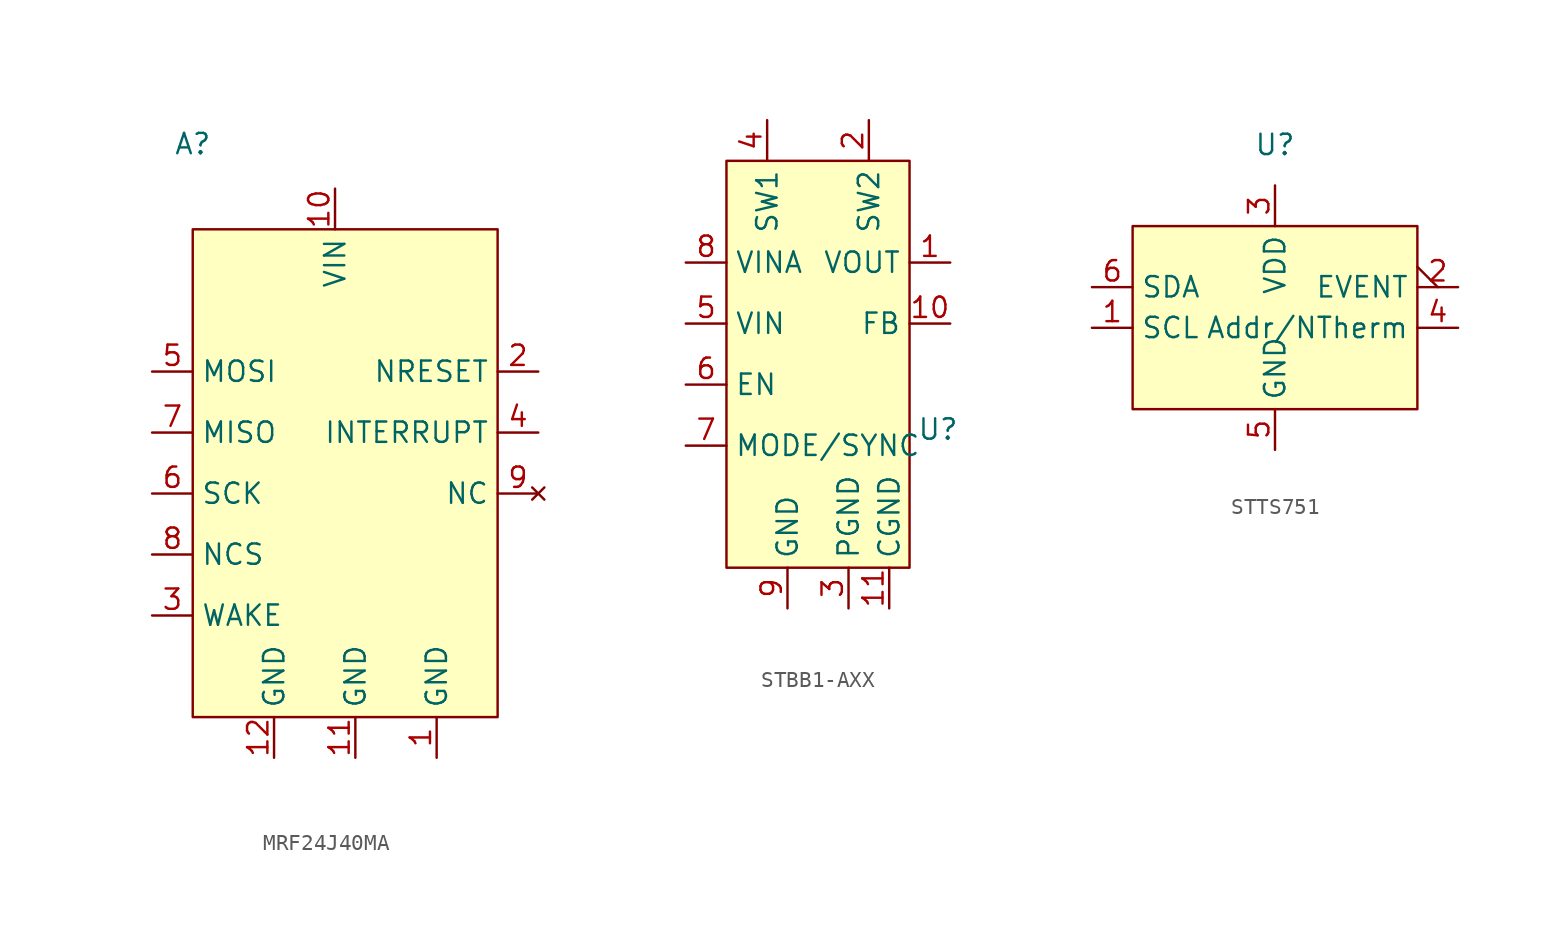
<source format=kicad_sym>
(kicad_symbol_lib
  (version 20231120)
  (generator "kicad_symbol_editor")
  (generator_version "8.0")
  (symbol "MRF24J40MA"
    (property "Reference" "A"
      (at 5.08 5.334 0)
      (effects (font (size 1.27 1.27))))
    (property "Value" ""
      (at 0 0 0)
      (effects (font (size 1.27 1.27))))
    (symbol "MRF24J40MA_0_1"
      (rectangle (start 5.08 0) (end 24.13 -30.48) (stroke (width 0) (type default)) (fill (type background))))
    (symbol "MRF24J40MA_1_1"
      (pin power_in line (at 20.32 -33.02 90) (length 2.54) (name "GND" (effects (font (size 1.27 1.27)))) (number "1" (effects (font (size 1.27 1.27)))))
      (pin power_in line (at 13.97 2.54 270) (length 2.54) (name "VIN" (effects (font (size 1.27 1.27)))) (number "10" (effects (font (size 1.27 1.27)))))
      (pin power_in line (at 15.24 -33.02 90) (length 2.54) (name "GND" (effects (font (size 1.27 1.27)))) (number "11" (effects (font (size 1.27 1.27)))))
      (pin power_in line (at 10.16 -33.02 90) (length 2.54) (name "GND" (effects (font (size 1.27 1.27)))) (number "12" (effects (font (size 1.27 1.27)))))
      (pin input line (at 26.67 -8.89 180) (length 2.54) (name "NRESET" (effects (font (size 1.27 1.27)))) (number "2" (effects (font (size 1.27 1.27)))))
      (pin input line (at 2.54 -24.13 0) (length 2.54) (name "WAKE" (effects (font (size 1.27 1.27)))) (number "3" (effects (font (size 1.27 1.27)))))
      (pin output line (at 26.67 -12.7 180) (length 2.54) (name "INTERRUPT" (effects (font (size 1.27 1.27)))) (number "4" (effects (font (size 1.27 1.27)))))
      (pin input line (at 2.54 -8.89 0) (length 2.54) (name "MOSI" (effects (font (size 1.27 1.27)))) (number "5" (effects (font (size 1.27 1.27)))))
      (pin input line (at 2.54 -16.51 0) (length 2.54) (name "SCK" (effects (font (size 1.27 1.27)))) (number "6" (effects (font (size 1.27 1.27)))))
      (pin output line (at 2.54 -12.7 0) (length 2.54) (name "MISO" (effects (font (size 1.27 1.27)))) (number "7" (effects (font (size 1.27 1.27)))))
      (pin input line (at 2.54 -20.32 0) (length 2.54) (name "NCS" (effects (font (size 1.27 1.27)))) (number "8" (effects (font (size 1.27 1.27)))))
      (pin no_connect line (at 26.67 -16.51 180) (length 2.54) (name "NC" (effects (font (size 1.27 1.27)))) (number "9" (effects (font (size 1.27 1.27)))))))
  (symbol "STBB1-AXX"
    (property "Reference" "U"
      (at 6.858 -4.064 0)
      (effects (font (size 1.27 1.27))))
    (property "Value" ""
      (at -6.35 12.7 0)
      (effects (font (size 1.27 1.27))))
    (symbol "STBB1-AXX_0_1"
      (rectangle (start -6.35 12.7) (end 5.08 -12.7) (stroke (width 0) (type default)) (fill (type background))))
    (symbol "STBB1-AXX_1_1"
      (pin power_out line (at 7.62 6.35 180) (length 2.54) (name "VOUT" (effects (font (size 1.27 1.27)))) (number "1" (effects (font (size 1.27 1.27)))))
      (pin input line (at 7.62 2.54 180) (length 2.54) (name "FB" (effects (font (size 1.27 1.27)))) (number "10" (effects (font (size 1.27 1.27)))))
      (pin power_in line (at 3.81 -15.24 90) (length 2.54) (name "CGND" (effects (font (size 1.27 1.27)))) (number "11" (effects (font (size 1.27 1.27)))))
      (pin bidirectional line (at 2.54 15.24 270) (length 2.54) (name "SW2" (effects (font (size 1.27 1.27)))) (number "2" (effects (font (size 1.27 1.27)))))
      (pin power_in line (at 1.27 -15.24 90) (length 2.54) (name "PGND" (effects (font (size 1.27 1.27)))) (number "3" (effects (font (size 1.27 1.27)))))
      (pin bidirectional line (at -3.81 15.24 270) (length 2.54) (name "SW1" (effects (font (size 1.27 1.27)))) (number "4" (effects (font (size 1.27 1.27)))))
      (pin power_in line (at -8.89 2.54 0) (length 2.54) (name "VIN" (effects (font (size 1.27 1.27)))) (number "5" (effects (font (size 1.27 1.27)))))
      (pin input line (at -8.89 -1.27 0) (length 2.54) (name "EN" (effects (font (size 1.27 1.27)))) (number "6" (effects (font (size 1.27 1.27)))))
      (pin input line (at -8.89 -5.08 0) (length 2.54) (name "MODE/SYNC" (effects (font (size 1.27 1.27)))) (number "7" (effects (font (size 1.27 1.27)))))
      (pin power_in line (at -8.89 6.35 0) (length 2.54) (name "VINA" (effects (font (size 1.27 1.27)))) (number "8" (effects (font (size 1.27 1.27)))))
      (pin power_in line (at -2.54 -15.24 90) (length 2.54) (name "GND" (effects (font (size 1.27 1.27)))) (number "9" (effects (font (size 1.27 1.27)))))))
  (symbol "STTS751"
    (property "Reference" "U"
      (at 0 10.16 0)
      (effects (font (size 1.27 1.27))))
    (property "Value" ""
      (at -5.08 12.7 0)
      (effects (font (size 1.27 1.27))))
    (symbol "STTS751_0_1"
      (rectangle (start -8.89 5.08) (end 8.89 -6.35) (stroke (width 0) (type default)) (fill (type background))))
    (symbol "STTS751_1_1"
      (pin input line (at -11.43 -1.27 0) (length 2.54) (name "SCL" (effects (font (size 1.27 1.27)))) (number "1" (effects (font (size 1.27 1.27)))))
      (pin output output_low (at 11.43 1.27 180) (length 2.54) (name "EVENT" (effects (font (size 1.27 1.27)))) (number "2" (effects (font (size 1.27 1.27)))))
      (pin power_in line (at 0 7.62 270) (length 2.54) (name "VDD" (effects (font (size 1.27 1.27)))) (number "3" (effects (font (size 1.27 1.27)))))
      (pin output line (at 11.43 -1.27 180) (length 2.54) (name "Addr/NTherm" (effects (font (size 1.27 1.27)))) (number "4" (effects (font (size 1.27 1.27)))))
      (pin power_in line (at 0 -8.89 90) (length 2.54) (name "GND" (effects (font (size 1.27 1.27)))) (number "5" (effects (font (size 1.27 1.27)))))
      (pin bidirectional line (at -11.43 1.27 0) (length 2.54) (name "SDA" (effects (font (size 1.27 1.27)))) (number "6" (effects (font (size 1.27 1.27))))))))
</source>
